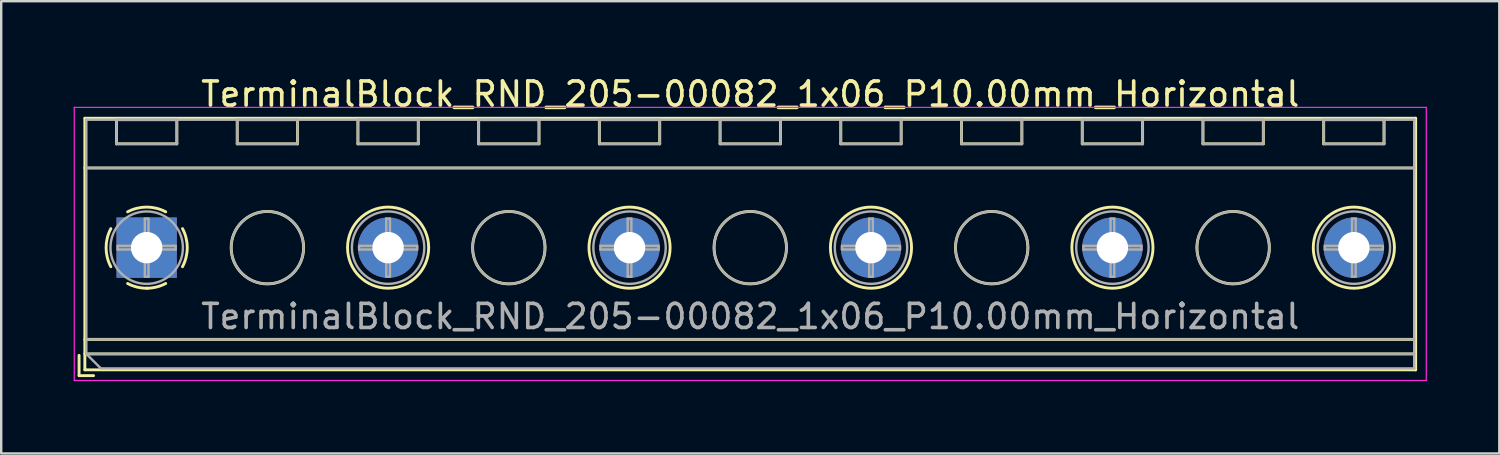
<source format=kicad_pcb>
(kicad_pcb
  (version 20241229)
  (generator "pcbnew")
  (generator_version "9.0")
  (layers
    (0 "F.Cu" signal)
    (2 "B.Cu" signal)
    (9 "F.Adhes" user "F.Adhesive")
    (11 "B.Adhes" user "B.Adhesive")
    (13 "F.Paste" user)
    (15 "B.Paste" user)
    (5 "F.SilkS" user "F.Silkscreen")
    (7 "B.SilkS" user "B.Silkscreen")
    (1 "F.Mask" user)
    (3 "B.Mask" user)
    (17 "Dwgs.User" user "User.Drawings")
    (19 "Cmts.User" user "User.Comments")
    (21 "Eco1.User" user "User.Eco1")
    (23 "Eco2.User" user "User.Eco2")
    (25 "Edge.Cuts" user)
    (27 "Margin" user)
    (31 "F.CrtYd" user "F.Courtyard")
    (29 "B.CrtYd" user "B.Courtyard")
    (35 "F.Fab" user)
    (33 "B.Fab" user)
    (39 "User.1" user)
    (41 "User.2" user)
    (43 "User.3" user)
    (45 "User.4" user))
  (footprint "TerminalBlock_RND_205-00082_1x06_P10.00mm_Horizontal"
    (layer "F.Cu")
    (at 3.025 7.208)
    (property "Reference" "TerminalBlock_RND_205-00082_1x06_P10.00mm_Horizontal" (at 25 -6.36 0) (layer "F.SilkS") (effects (font (size 1 1) (thickness 0.15))))
    (attr through_hole)
    (fp_line (start -2.8 4.46) (end -2.8 5.3) (stroke (width 0.12) (type solid)) (layer "F.SilkS"))
    (fp_line (start -2.8 5.3) (end -2.2 5.3) (stroke (width 0.12) (type solid)) (layer "F.SilkS"))
    (fp_line (start -2.56 -5.36) (end -2.56 5.06) (stroke (width 0.12) (type solid)) (layer "F.SilkS"))
    (fp_line (start -2.56 -5.36) (end 52.56 -5.36) (stroke (width 0.12) (type solid)) (layer "F.SilkS"))
    (fp_line (start -2.56 -3.301) (end 52.56 -3.301) (stroke (width 0.12) (type solid)) (layer "F.SilkS"))
    (fp_line (start -2.56 3.8) (end 52.56 3.8) (stroke (width 0.12) (type solid)) (layer "F.SilkS"))
    (fp_line (start -2.56 4.4) (end 52.56 4.4) (stroke (width 0.12) (type solid)) (layer "F.SilkS"))
    (fp_line (start -2.56 5.06) (end 52.56 5.06) (stroke (width 0.12) (type solid)) (layer "F.SilkS"))
    (fp_line (start -1.25 -5.301) (end -1.25 -4.301) (stroke (width 0.12) (type solid)) (layer "F.SilkS"))
    (fp_line (start -1.25 -5.301) (end 1.25 -5.301) (stroke (width 0.12) (type solid)) (layer "F.SilkS"))
    (fp_line (start -1.25 -4.301) (end 1.25 -4.301) (stroke (width 0.12) (type solid)) (layer "F.SilkS"))
    (fp_line (start 1.25 -5.301) (end 1.25 -4.301) (stroke (width 0.12) (type solid)) (layer "F.SilkS"))
    (fp_line (start 3.75 -5.301) (end 3.75 -4.301) (stroke (width 0.12) (type solid)) (layer "F.SilkS"))
    (fp_line (start 3.75 -5.301) (end 6.25 -5.301) (stroke (width 0.12) (type solid)) (layer "F.SilkS"))
    (fp_line (start 3.75 -4.301) (end 6.25 -4.301) (stroke (width 0.12) (type solid)) (layer "F.SilkS"))
    (fp_line (start 6.25 -5.301) (end 6.25 -4.301) (stroke (width 0.12) (type solid)) (layer "F.SilkS"))
    (fp_line (start 8.75 -5.301) (end 8.75 -4.301) (stroke (width 0.12) (type solid)) (layer "F.SilkS"))
    (fp_line (start 8.75 -5.301) (end 11.25 -5.301) (stroke (width 0.12) (type solid)) (layer "F.SilkS"))
    (fp_line (start 8.75 -4.301) (end 11.25 -4.301) (stroke (width 0.12) (type solid)) (layer "F.SilkS"))
    (fp_line (start 11.25 -5.301) (end 11.25 -4.301) (stroke (width 0.12) (type solid)) (layer "F.SilkS"))
    (fp_line (start 13.75 -5.301) (end 13.75 -4.301) (stroke (width 0.12) (type solid)) (layer "F.SilkS"))
    (fp_line (start 13.75 -5.301) (end 16.25 -5.301) (stroke (width 0.12) (type solid)) (layer "F.SilkS"))
    (fp_line (start 13.75 -4.301) (end 16.25 -4.301) (stroke (width 0.12) (type solid)) (layer "F.SilkS"))
    (fp_line (start 16.25 -5.301) (end 16.25 -4.301) (stroke (width 0.12) (type solid)) (layer "F.SilkS"))
    (fp_line (start 18.75 -5.301) (end 18.75 -4.301) (stroke (width 0.12) (type solid)) (layer "F.SilkS"))
    (fp_line (start 18.75 -5.301) (end 21.25 -5.301) (stroke (width 0.12) (type solid)) (layer "F.SilkS"))
    (fp_line (start 18.75 -4.301) (end 21.25 -4.301) (stroke (width 0.12) (type solid)) (layer "F.SilkS"))
    (fp_line (start 21.25 -5.301) (end 21.25 -4.301) (stroke (width 0.12) (type solid)) (layer "F.SilkS"))
    (fp_line (start 23.75 -5.301) (end 23.75 -4.301) (stroke (width 0.12) (type solid)) (layer "F.SilkS"))
    (fp_line (start 23.75 -5.301) (end 26.25 -5.301) (stroke (width 0.12) (type solid)) (layer "F.SilkS"))
    (fp_line (start 23.75 -4.301) (end 26.25 -4.301) (stroke (width 0.12) (type solid)) (layer "F.SilkS"))
    (fp_line (start 26.25 -5.301) (end 26.25 -4.301) (stroke (width 0.12) (type solid)) (layer "F.SilkS"))
    (fp_line (start 28.75 -5.301) (end 28.75 -4.301) (stroke (width 0.12) (type solid)) (layer "F.SilkS"))
    (fp_line (start 28.75 -5.301) (end 31.25 -5.301) (stroke (width 0.12) (type solid)) (layer "F.SilkS"))
    (fp_line (start 28.75 -4.301) (end 31.25 -4.301) (stroke (width 0.12) (type solid)) (layer "F.SilkS"))
    (fp_line (start 31.25 -5.301) (end 31.25 -4.301) (stroke (width 0.12) (type solid)) (layer "F.SilkS"))
    (fp_line (start 33.75 -5.301) (end 33.75 -4.301) (stroke (width 0.12) (type solid)) (layer "F.SilkS"))
    (fp_line (start 33.75 -5.301) (end 36.25 -5.301) (stroke (width 0.12) (type solid)) (layer "F.SilkS"))
    (fp_line (start 33.75 -4.301) (end 36.25 -4.301) (stroke (width 0.12) (type solid)) (layer "F.SilkS"))
    (fp_line (start 36.25 -5.301) (end 36.25 -4.301) (stroke (width 0.12) (type solid)) (layer "F.SilkS"))
    (fp_line (start 38.75 -5.301) (end 38.75 -4.301) (stroke (width 0.12) (type solid)) (layer "F.SilkS"))
    (fp_line (start 38.75 -5.301) (end 41.25 -5.301) (stroke (width 0.12) (type solid)) (layer "F.SilkS"))
    (fp_line (start 38.75 -4.301) (end 41.25 -4.301) (stroke (width 0.12) (type solid)) (layer "F.SilkS"))
    (fp_line (start 41.25 -5.301) (end 41.25 -4.301) (stroke (width 0.12) (type solid)) (layer "F.SilkS"))
    (fp_line (start 43.75 -5.301) (end 43.75 -4.301) (stroke (width 0.12) (type solid)) (layer "F.SilkS"))
    (fp_line (start 43.75 -5.301) (end 46.25 -5.301) (stroke (width 0.12) (type solid)) (layer "F.SilkS"))
    (fp_line (start 43.75 -4.301) (end 46.25 -4.301) (stroke (width 0.12) (type solid)) (layer "F.SilkS"))
    (fp_line (start 46.25 -5.301) (end 46.25 -4.301) (stroke (width 0.12) (type solid)) (layer "F.SilkS"))
    (fp_line (start 48.75 -5.301) (end 48.75 -4.301) (stroke (width 0.12) (type solid)) (layer "F.SilkS"))
    (fp_line (start 48.75 -5.301) (end 51.25 -5.301) (stroke (width 0.12) (type solid)) (layer "F.SilkS"))
    (fp_line (start 48.75 -4.301) (end 51.25 -4.301) (stroke (width 0.12) (type solid)) (layer "F.SilkS"))
    (fp_line (start 51.25 -5.301) (end 51.25 -4.301) (stroke (width 0.12) (type solid)) (layer "F.SilkS"))
    (fp_line (start 52.56 -5.36) (end 52.56 5.06) (stroke (width 0.12) (type solid)) (layer "F.SilkS"))
    (fp_arc (start -1.483953 0.789089) (mid -1.680708 0.00005) (end -1.484 -0.789) (stroke (width 0.12) (type solid)) (layer "F.SilkS"))
    (fp_arc (start -0.789089 -1.483953) (mid -0.00005 -1.680708) (end 0.789 -1.484) (stroke (width 0.12) (type solid)) (layer "F.SilkS"))
    (fp_arc (start 0.029383 1.68045) (mid -0.392304 1.634281) (end -0.789 1.484) (stroke (width 0.12) (type solid)) (layer "F.SilkS"))
    (fp_arc (start 0.788712 1.483352) (mid 0.406429 1.630097) (end 0 1.68) (stroke (width 0.12) (type solid)) (layer "F.SilkS"))
    (fp_arc (start 1.483953 -0.789089) (mid 1.680708 -0.00005) (end 1.484 0.789) (stroke (width 0.12) (type solid)) (layer "F.SilkS"))
    (fp_circle (center 5 0) (end 6.5 0) (stroke (width 0.12) (type solid)) (fill no) (layer "F.SilkS"))
    (fp_circle (center 10 0) (end 11.68 0) (stroke (width 0.12) (type solid)) (fill no) (layer "F.SilkS"))
    (fp_circle (center 15 0) (end 16.5 0) (stroke (width 0.12) (type solid)) (fill no) (layer "F.SilkS"))
    (fp_circle (center 20 0) (end 21.68 0) (stroke (width 0.12) (type solid)) (fill no) (layer "F.SilkS"))
    (fp_circle (center 25 0) (end 26.5 0) (stroke (width 0.12) (type solid)) (fill no) (layer "F.SilkS"))
    (fp_circle (center 30 0) (end 31.68 0) (stroke (width 0.12) (type solid)) (fill no) (layer "F.SilkS"))
    (fp_circle (center 35 0) (end 36.5 0) (stroke (width 0.12) (type solid)) (fill no) (layer "F.SilkS"))
    (fp_circle (center 40 0) (end 41.68 0) (stroke (width 0.12) (type solid)) (fill no) (layer "F.SilkS"))
    (fp_circle (center 45 0) (end 46.5 0) (stroke (width 0.12) (type solid)) (fill no) (layer "F.SilkS"))
    (fp_circle (center 50 0) (end 51.68 0) (stroke (width 0.12) (type solid)) (fill no) (layer "F.SilkS"))
    (fp_line (start -3 -5.81) (end -3 5.5) (stroke (width 0.05) (type solid)) (layer "F.CrtYd"))
    (fp_line (start -3 5.5) (end 53 5.5) (stroke (width 0.05) (type solid)) (layer "F.CrtYd"))
    (fp_line (start 53 -5.81) (end -3 -5.81) (stroke (width 0.05) (type solid)) (layer "F.CrtYd"))
    (fp_line (start 53 5.5) (end 53 -5.81) (stroke (width 0.05) (type solid)) (layer "F.CrtYd"))
    (fp_line (start -2.5 -5.3) (end 52.5 -5.3) (stroke (width 0.1) (type solid)) (layer "F.Fab"))
    (fp_line (start -2.5 -3.3) (end 52.5 -3.3) (stroke (width 0.1) (type solid)) (layer "F.Fab"))
    (fp_line (start -2.5 3.8) (end 52.5 3.8) (stroke (width 0.1) (type solid)) (layer "F.Fab"))
    (fp_line (start -2.5 4.4) (end -2.5 -5.3) (stroke (width 0.1) (type solid)) (layer "F.Fab"))
    (fp_line (start -2.5 4.4) (end 52.5 4.4) (stroke (width 0.1) (type solid)) (layer "F.Fab"))
    (fp_line (start -1.9 5) (end -2.5 4.4) (stroke (width 0.1) (type solid)) (layer "F.Fab"))
    (fp_line (start -1.25 -5.3) (end -1.25 -4.3) (stroke (width 0.1) (type solid)) (layer "F.Fab"))
    (fp_line (start -1.25 -4.3) (end 1.25 -4.3) (stroke (width 0.1) (type solid)) (layer "F.Fab"))
    (fp_line (start -1.201 -0.076) (end -0.076 -0.076) (stroke (width 0.1) (type solid)) (layer "F.Fab"))
    (fp_line (start -1.201 0.076) (end -1.201 -0.076) (stroke (width 0.1) (type solid)) (layer "F.Fab"))
    (fp_line (start -0.076 -1.201) (end 0.076 -1.201) (stroke (width 0.1) (type solid)) (layer "F.Fab"))
    (fp_line (start -0.076 -0.076) (end -0.076 -1.201) (stroke (width 0.1) (type solid)) (layer "F.Fab"))
    (fp_line (start -0.076 0.076) (end -1.201 0.076) (stroke (width 0.1) (type solid)) (layer "F.Fab"))
    (fp_line (start -0.076 1.201) (end -0.076 0.076) (stroke (width 0.1) (type solid)) (layer "F.Fab"))
    (fp_line (start 0.076 -1.201) (end 0.076 -0.076) (stroke (width 0.1) (type solid)) (layer "F.Fab"))
    (fp_line (start 0.076 -0.076) (end 1.201 -0.076) (stroke (width 0.1) (type solid)) (layer "F.Fab"))
    (fp_line (start 0.076 0.076) (end 0.076 1.201) (stroke (width 0.1) (type solid)) (layer "F.Fab"))
    (fp_line (start 0.076 1.201) (end -0.076 1.201) (stroke (width 0.1) (type solid)) (layer "F.Fab"))
    (fp_line (start 1.201 -0.076) (end 1.201 0.076) (stroke (width 0.1) (type solid)) (layer "F.Fab"))
    (fp_line (start 1.201 0.076) (end 0.076 0.076) (stroke (width 0.1) (type solid)) (layer "F.Fab"))
    (fp_line (start 1.25 -5.3) (end -1.25 -5.3) (stroke (width 0.1) (type solid)) (layer "F.Fab"))
    (fp_line (start 1.25 -4.3) (end 1.25 -5.3) (stroke (width 0.1) (type solid)) (layer "F.Fab"))
    (fp_line (start 3.75 -5.3) (end 3.75 -4.3) (stroke (width 0.1) (type solid)) (layer "F.Fab"))
    (fp_line (start 3.75 -4.3) (end 6.25 -4.3) (stroke (width 0.1) (type solid)) (layer "F.Fab"))
    (fp_line (start 6.25 -5.3) (end 3.75 -5.3) (stroke (width 0.1) (type solid)) (layer "F.Fab"))
    (fp_line (start 6.25 -4.3) (end 6.25 -5.3) (stroke (width 0.1) (type solid)) (layer "F.Fab"))
    (fp_line (start 8.75 -5.3) (end 8.75 -4.3) (stroke (width 0.1) (type solid)) (layer "F.Fab"))
    (fp_line (start 8.75 -4.3) (end 11.25 -4.3) (stroke (width 0.1) (type solid)) (layer "F.Fab"))
    (fp_line (start 8.799 -0.076) (end 9.924 -0.076) (stroke (width 0.1) (type solid)) (layer "F.Fab"))
    (fp_line (start 8.799 0.076) (end 8.799 -0.076) (stroke (width 0.1) (type solid)) (layer "F.Fab"))
    (fp_line (start 9.924 -1.201) (end 10.076 -1.201) (stroke (width 0.1) (type solid)) (layer "F.Fab"))
    (fp_line (start 9.924 -0.076) (end 9.924 -1.201) (stroke (width 0.1) (type solid)) (layer "F.Fab"))
    (fp_line (start 9.924 0.076) (end 8.799 0.076) (stroke (width 0.1) (type solid)) (layer "F.Fab"))
    (fp_line (start 9.924 1.201) (end 9.924 0.076) (stroke (width 0.1) (type solid)) (layer "F.Fab"))
    (fp_line (start 10.076 -1.201) (end 10.076 -0.076) (stroke (width 0.1) (type solid)) (layer "F.Fab"))
    (fp_line (start 10.076 -0.076) (end 11.201 -0.076) (stroke (width 0.1) (type solid)) (layer "F.Fab"))
    (fp_line (start 10.076 0.076) (end 10.076 1.201) (stroke (width 0.1) (type solid)) (layer "F.Fab"))
    (fp_line (start 10.076 1.201) (end 9.924 1.201) (stroke (width 0.1) (type solid)) (layer "F.Fab"))
    (fp_line (start 11.201 -0.076) (end 11.201 0.076) (stroke (width 0.1) (type solid)) (layer "F.Fab"))
    (fp_line (start 11.201 0.076) (end 10.076 0.076) (stroke (width 0.1) (type solid)) (layer "F.Fab"))
    (fp_line (start 11.25 -5.3) (end 8.75 -5.3) (stroke (width 0.1) (type solid)) (layer "F.Fab"))
    (fp_line (start 11.25 -4.3) (end 11.25 -5.3) (stroke (width 0.1) (type solid)) (layer "F.Fab"))
    (fp_line (start 13.75 -5.3) (end 13.75 -4.3) (stroke (width 0.1) (type solid)) (layer "F.Fab"))
    (fp_line (start 13.75 -4.3) (end 16.25 -4.3) (stroke (width 0.1) (type solid)) (layer "F.Fab"))
    (fp_line (start 16.25 -5.3) (end 13.75 -5.3) (stroke (width 0.1) (type solid)) (layer "F.Fab"))
    (fp_line (start 16.25 -4.3) (end 16.25 -5.3) (stroke (width 0.1) (type solid)) (layer "F.Fab"))
    (fp_line (start 18.75 -5.3) (end 18.75 -4.3) (stroke (width 0.1) (type solid)) (layer "F.Fab"))
    (fp_line (start 18.75 -4.3) (end 21.25 -4.3) (stroke (width 0.1) (type solid)) (layer "F.Fab"))
    (fp_line (start 18.799 -0.076) (end 19.924 -0.076) (stroke (width 0.1) (type solid)) (layer "F.Fab"))
    (fp_line (start 18.799 0.076) (end 18.799 -0.076) (stroke (width 0.1) (type solid)) (layer "F.Fab"))
    (fp_line (start 19.924 -1.201) (end 20.076 -1.201) (stroke (width 0.1) (type solid)) (layer "F.Fab"))
    (fp_line (start 19.924 -0.076) (end 19.924 -1.201) (stroke (width 0.1) (type solid)) (layer "F.Fab"))
    (fp_line (start 19.924 0.076) (end 18.799 0.076) (stroke (width 0.1) (type solid)) (layer "F.Fab"))
    (fp_line (start 19.924 1.201) (end 19.924 0.076) (stroke (width 0.1) (type solid)) (layer "F.Fab"))
    (fp_line (start 20.076 -1.201) (end 20.076 -0.076) (stroke (width 0.1) (type solid)) (layer "F.Fab"))
    (fp_line (start 20.076 -0.076) (end 21.201 -0.076) (stroke (width 0.1) (type solid)) (layer "F.Fab"))
    (fp_line (start 20.076 0.076) (end 20.076 1.201) (stroke (width 0.1) (type solid)) (layer "F.Fab"))
    (fp_line (start 20.076 1.201) (end 19.924 1.201) (stroke (width 0.1) (type solid)) (layer "F.Fab"))
    (fp_line (start 21.201 -0.076) (end 21.201 0.076) (stroke (width 0.1) (type solid)) (layer "F.Fab"))
    (fp_line (start 21.201 0.076) (end 20.076 0.076) (stroke (width 0.1) (type solid)) (layer "F.Fab"))
    (fp_line (start 21.25 -5.3) (end 18.75 -5.3) (stroke (width 0.1) (type solid)) (layer "F.Fab"))
    (fp_line (start 21.25 -4.3) (end 21.25 -5.3) (stroke (width 0.1) (type solid)) (layer "F.Fab"))
    (fp_line (start 23.75 -5.3) (end 23.75 -4.3) (stroke (width 0.1) (type solid)) (layer "F.Fab"))
    (fp_line (start 23.75 -4.3) (end 26.25 -4.3) (stroke (width 0.1) (type solid)) (layer "F.Fab"))
    (fp_line (start 26.25 -5.3) (end 23.75 -5.3) (stroke (width 0.1) (type solid)) (layer "F.Fab"))
    (fp_line (start 26.25 -4.3) (end 26.25 -5.3) (stroke (width 0.1) (type solid)) (layer "F.Fab"))
    (fp_line (start 28.75 -5.3) (end 28.75 -4.3) (stroke (width 0.1) (type solid)) (layer "F.Fab"))
    (fp_line (start 28.75 -4.3) (end 31.25 -4.3) (stroke (width 0.1) (type solid)) (layer "F.Fab"))
    (fp_line (start 28.799 -0.076) (end 29.924 -0.076) (stroke (width 0.1) (type solid)) (layer "F.Fab"))
    (fp_line (start 28.799 0.076) (end 28.799 -0.076) (stroke (width 0.1) (type solid)) (layer "F.Fab"))
    (fp_line (start 29.924 -1.201) (end 30.076 -1.201) (stroke (width 0.1) (type solid)) (layer "F.Fab"))
    (fp_line (start 29.924 -0.076) (end 29.924 -1.201) (stroke (width 0.1) (type solid)) (layer "F.Fab"))
    (fp_line (start 29.924 0.076) (end 28.799 0.076) (stroke (width 0.1) (type solid)) (layer "F.Fab"))
    (fp_line (start 29.924 1.201) (end 29.924 0.076) (stroke (width 0.1) (type solid)) (layer "F.Fab"))
    (fp_line (start 30.076 -1.201) (end 30.076 -0.076) (stroke (width 0.1) (type solid)) (layer "F.Fab"))
    (fp_line (start 30.076 -0.076) (end 31.201 -0.076) (stroke (width 0.1) (type solid)) (layer "F.Fab"))
    (fp_line (start 30.076 0.076) (end 30.076 1.201) (stroke (width 0.1) (type solid)) (layer "F.Fab"))
    (fp_line (start 30.076 1.201) (end 29.924 1.201) (stroke (width 0.1) (type solid)) (layer "F.Fab"))
    (fp_line (start 31.201 -0.076) (end 31.201 0.076) (stroke (width 0.1) (type solid)) (layer "F.Fab"))
    (fp_line (start 31.201 0.076) (end 30.076 0.076) (stroke (width 0.1) (type solid)) (layer "F.Fab"))
    (fp_line (start 31.25 -5.3) (end 28.75 -5.3) (stroke (width 0.1) (type solid)) (layer "F.Fab"))
    (fp_line (start 31.25 -4.3) (end 31.25 -5.3) (stroke (width 0.1) (type solid)) (layer "F.Fab"))
    (fp_line (start 33.75 -5.3) (end 33.75 -4.3) (stroke (width 0.1) (type solid)) (layer "F.Fab"))
    (fp_line (start 33.75 -4.3) (end 36.25 -4.3) (stroke (width 0.1) (type solid)) (layer "F.Fab"))
    (fp_line (start 36.25 -5.3) (end 33.75 -5.3) (stroke (width 0.1) (type solid)) (layer "F.Fab"))
    (fp_line (start 36.25 -4.3) (end 36.25 -5.3) (stroke (width 0.1) (type solid)) (layer "F.Fab"))
    (fp_line (start 38.75 -5.3) (end 38.75 -4.3) (stroke (width 0.1) (type solid)) (layer "F.Fab"))
    (fp_line (start 38.75 -4.3) (end 41.25 -4.3) (stroke (width 0.1) (type solid)) (layer "F.Fab"))
    (fp_line (start 38.799 -0.076) (end 39.924 -0.076) (stroke (width 0.1) (type solid)) (layer "F.Fab"))
    (fp_line (start 38.799 0.076) (end 38.799 -0.076) (stroke (width 0.1) (type solid)) (layer "F.Fab"))
    (fp_line (start 39.924 -1.201) (end 40.076 -1.201) (stroke (width 0.1) (type solid)) (layer "F.Fab"))
    (fp_line (start 39.924 -0.076) (end 39.924 -1.201) (stroke (width 0.1) (type solid)) (layer "F.Fab"))
    (fp_line (start 39.924 0.076) (end 38.799 0.076) (stroke (width 0.1) (type solid)) (layer "F.Fab"))
    (fp_line (start 39.924 1.201) (end 39.924 0.076) (stroke (width 0.1) (type solid)) (layer "F.Fab"))
    (fp_line (start 40.076 -1.201) (end 40.076 -0.076) (stroke (width 0.1) (type solid)) (layer "F.Fab"))
    (fp_line (start 40.076 -0.076) (end 41.201 -0.076) (stroke (width 0.1) (type solid)) (layer "F.Fab"))
    (fp_line (start 40.076 0.076) (end 40.076 1.201) (stroke (width 0.1) (type solid)) (layer "F.Fab"))
    (fp_line (start 40.076 1.201) (end 39.924 1.201) (stroke (width 0.1) (type solid)) (layer "F.Fab"))
    (fp_line (start 41.201 -0.076) (end 41.201 0.076) (stroke (width 0.1) (type solid)) (layer "F.Fab"))
    (fp_line (start 41.201 0.076) (end 40.076 0.076) (stroke (width 0.1) (type solid)) (layer "F.Fab"))
    (fp_line (start 41.25 -5.3) (end 38.75 -5.3) (stroke (width 0.1) (type solid)) (layer "F.Fab"))
    (fp_line (start 41.25 -4.3) (end 41.25 -5.3) (stroke (width 0.1) (type solid)) (layer "F.Fab"))
    (fp_line (start 43.75 -5.3) (end 43.75 -4.3) (stroke (width 0.1) (type solid)) (layer "F.Fab"))
    (fp_line (start 43.75 -4.3) (end 46.25 -4.3) (stroke (width 0.1) (type solid)) (layer "F.Fab"))
    (fp_line (start 46.25 -5.3) (end 43.75 -5.3) (stroke (width 0.1) (type solid)) (layer "F.Fab"))
    (fp_line (start 46.25 -4.3) (end 46.25 -5.3) (stroke (width 0.1) (type solid)) (layer "F.Fab"))
    (fp_line (start 48.75 -5.3) (end 48.75 -4.3) (stroke (width 0.1) (type solid)) (layer "F.Fab"))
    (fp_line (start 48.75 -4.3) (end 51.25 -4.3) (stroke (width 0.1) (type solid)) (layer "F.Fab"))
    (fp_line (start 48.799 -0.076) (end 49.924 -0.076) (stroke (width 0.1) (type solid)) (layer "F.Fab"))
    (fp_line (start 48.799 0.076) (end 48.799 -0.076) (stroke (width 0.1) (type solid)) (layer "F.Fab"))
    (fp_line (start 49.924 -1.201) (end 50.076 -1.201) (stroke (width 0.1) (type solid)) (layer "F.Fab"))
    (fp_line (start 49.924 -0.076) (end 49.924 -1.201) (stroke (width 0.1) (type solid)) (layer "F.Fab"))
    (fp_line (start 49.924 0.076) (end 48.799 0.076) (stroke (width 0.1) (type solid)) (layer "F.Fab"))
    (fp_line (start 49.924 1.201) (end 49.924 0.076) (stroke (width 0.1) (type solid)) (layer "F.Fab"))
    (fp_line (start 50.076 -1.201) (end 50.076 -0.076) (stroke (width 0.1) (type solid)) (layer "F.Fab"))
    (fp_line (start 50.076 -0.076) (end 51.201 -0.076) (stroke (width 0.1) (type solid)) (layer "F.Fab"))
    (fp_line (start 50.076 0.076) (end 50.076 1.201) (stroke (width 0.1) (type solid)) (layer "F.Fab"))
    (fp_line (start 50.076 1.201) (end 49.924 1.201) (stroke (width 0.1) (type solid)) (layer "F.Fab"))
    (fp_line (start 51.201 -0.076) (end 51.201 0.076) (stroke (width 0.1) (type solid)) (layer "F.Fab"))
    (fp_line (start 51.201 0.076) (end 50.076 0.076) (stroke (width 0.1) (type solid)) (layer "F.Fab"))
    (fp_line (start 51.25 -5.3) (end 48.75 -5.3) (stroke (width 0.1) (type solid)) (layer "F.Fab"))
    (fp_line (start 51.25 -4.3) (end 51.25 -5.3) (stroke (width 0.1) (type solid)) (layer "F.Fab"))
    (fp_line (start 52.5 -5.3) (end 52.5 5) (stroke (width 0.1) (type solid)) (layer "F.Fab"))
    (fp_line (start 52.5 5) (end -1.9 5) (stroke (width 0.1) (type solid)) (layer "F.Fab"))
    (fp_circle (center 0 0) (end 1.5 0) (stroke (width 0.1) (type solid)) (fill no) (layer "F.Fab"))
    (fp_circle (center 5 0) (end 6.5 0) (stroke (width 0.1) (type solid)) (fill no) (layer "F.Fab"))
    (fp_circle (center 10 0) (end 11.5 0) (stroke (width 0.1) (type solid)) (fill no) (layer "F.Fab"))
    (fp_circle (center 15 0) (end 16.5 0) (stroke (width 0.1) (type solid)) (fill no) (layer "F.Fab"))
    (fp_circle (center 20 0) (end 21.5 0) (stroke (width 0.1) (type solid)) (fill no) (layer "F.Fab"))
    (fp_circle (center 25 0) (end 26.5 0) (stroke (width 0.1) (type solid)) (fill no) (layer "F.Fab"))
    (fp_circle (center 30 0) (end 31.5 0) (stroke (width 0.1) (type solid)) (fill no) (layer "F.Fab"))
    (fp_circle (center 35 0) (end 36.5 0) (stroke (width 0.1) (type solid)) (fill no) (layer "F.Fab"))
    (fp_circle (center 40 0) (end 41.5 0) (stroke (width 0.1) (type solid)) (fill no) (layer "F.Fab"))
    (fp_circle (center 45 0) (end 46.5 0) (stroke (width 0.1) (type solid)) (fill no) (layer "F.Fab"))
    (fp_circle (center 50 0) (end 51.5 0) (stroke (width 0.1) (type solid)) (fill no) (layer "F.Fab"))
    (fp_text user "${REFERENCE}" (at 25 2.85 0) (layer "F.Fab") (effects (font (size 1 1) (thickness 0.15))))
    (pad "1" thru_hole rect (at 0 0) (size 2.5 2.5) (drill 1.3) (layers "*.Cu" "*.Mask"))
    (pad "2" thru_hole circle (at 10 0) (size 2.5 2.5) (drill 1.3) (layers "*.Cu" "*.Mask"))
    (pad "3" thru_hole circle (at 20 0) (size 2.5 2.5) (drill 1.3) (layers "*.Cu" "*.Mask"))
    (pad "4" thru_hole circle (at 30 0) (size 2.5 2.5) (drill 1.3) (layers "*.Cu" "*.Mask"))
    (pad "5" thru_hole circle (at 40 0) (size 2.5 2.5) (drill 1.3) (layers "*.Cu" "*.Mask"))
    (pad "6" thru_hole circle (at 50 0) (size 2.5 2.5) (drill 1.3) (layers "*.Cu" "*.Mask")))
  (gr_rect
    (start -3 -3)
    (end 59.05 15.733)
    (stroke (width 0.1) (type default))
    (fill no)
    (layer "Edge.Cuts")))
</source>
